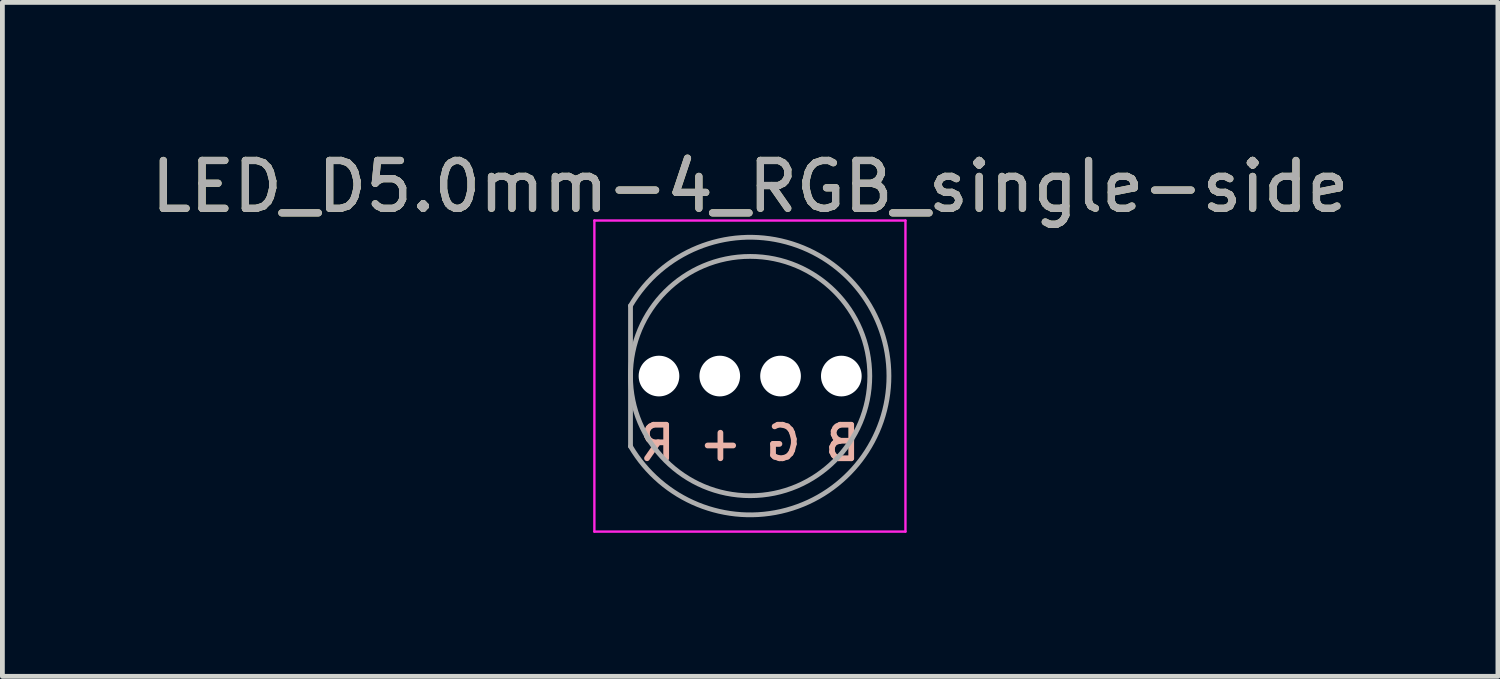
<source format=kicad_pcb>
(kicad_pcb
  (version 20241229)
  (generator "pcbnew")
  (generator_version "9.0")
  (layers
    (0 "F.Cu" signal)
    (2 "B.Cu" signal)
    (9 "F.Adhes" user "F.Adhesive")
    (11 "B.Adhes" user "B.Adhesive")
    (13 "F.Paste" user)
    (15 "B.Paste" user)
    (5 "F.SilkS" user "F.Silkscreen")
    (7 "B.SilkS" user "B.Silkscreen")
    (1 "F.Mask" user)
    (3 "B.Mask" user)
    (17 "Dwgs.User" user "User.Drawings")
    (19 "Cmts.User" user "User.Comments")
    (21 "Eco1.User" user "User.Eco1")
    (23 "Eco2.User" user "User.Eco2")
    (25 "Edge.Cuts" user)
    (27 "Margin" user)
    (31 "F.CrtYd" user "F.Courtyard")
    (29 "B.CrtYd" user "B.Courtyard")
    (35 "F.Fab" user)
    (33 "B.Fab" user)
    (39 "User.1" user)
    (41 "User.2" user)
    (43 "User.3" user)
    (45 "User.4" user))
  (footprint "LED_D5.0mm-4_RGB_single-side"
    (layer "F.Cu")
    (at 10.72 4.808)
    (property "Reference" "LED_D5.0mm-4_RGB_single-side" (at 1.905 -3.96 0) (layer "F.SilkS") (effects (font (size 1 1) (thickness 0.15))))
    (attr through_hole)
    (fp_line (start -1.35 -3.25) (end -1.35 3.25) (stroke (width 0.05) (type solid)) (layer "F.CrtYd"))
    (fp_line (start -1.35 3.25) (end 5.15 3.25) (stroke (width 0.05) (type solid)) (layer "F.CrtYd"))
    (fp_line (start 5.15 -3.25) (end -1.35 -3.25) (stroke (width 0.05) (type solid)) (layer "F.CrtYd"))
    (fp_line (start 5.15 3.25) (end 5.15 -3.25) (stroke (width 0.05) (type solid)) (layer "F.CrtYd"))
    (fp_line (start -0.595 -1.47) (end -0.595 1.47) (stroke (width 0.1) (type solid)) (layer "F.Fab"))
    (fp_arc (start -0.595 -1.469694) (mid 4.805 0.000016) (end -0.595016 1.469666) (stroke (width 0.1) (type solid)) (layer "F.Fab"))
    (fp_circle (center 1.905 0) (end 4.405 0) (stroke (width 0.1) (type solid)) (fill no) (layer "F.Fab"))
    (fp_text user "B G + R" (at 1.9 1.4 0) (unlocked yes) (layer "B.SilkS") (effects (font (size 0.7 0.7) (thickness 0.12) (bold yes)) (justify mirror)))
    (fp_text user "${REFERENCE}" (at 1.905 -3.96 0) (layer "F.Fab") (effects (font (size 1 1) (thickness 0.15))))
    (pad "1" thru_hole rect (at 0 0) (size 1.07 1.8) (drill 0.85) (layers "*.Cu" "B.Mask") (remove_unused_layers yes) (zone_layer_connections))
    (pad "2" thru_hole oval (at 1.27 0) (size 1.07 1.8) (drill 0.85) (layers "*.Cu" "B.Mask") (remove_unused_layers yes) (zone_layer_connections))
    (pad "3" thru_hole oval (at 2.54 0) (size 1.07 1.8) (drill 0.85) (layers "*.Cu" "B.Mask") (remove_unused_layers yes) (zone_layer_connections))
    (pad "4" thru_hole oval (at 3.81 0) (size 1.07 1.8) (drill 0.85) (layers "*.Cu" "B.Mask") (remove_unused_layers yes) (zone_layer_connections)))
  (gr_rect
    (start -3 -3)
    (end 28.25 11.083)
    (stroke (width 0.1) (type default))
    (fill no)
    (layer "Edge.Cuts")))
</source>
